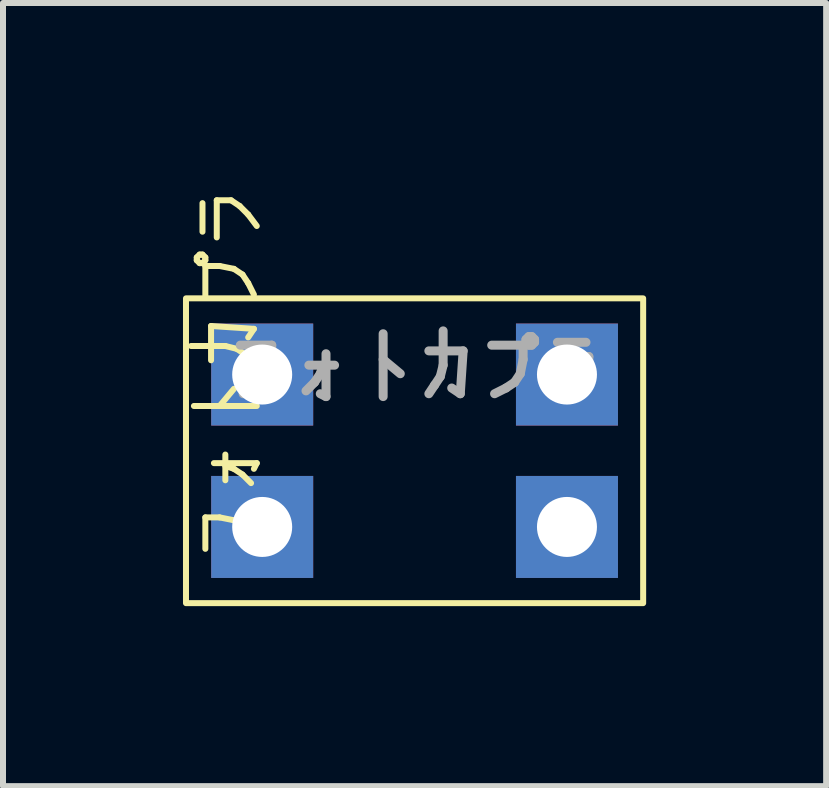
<source format=kicad_pcb>
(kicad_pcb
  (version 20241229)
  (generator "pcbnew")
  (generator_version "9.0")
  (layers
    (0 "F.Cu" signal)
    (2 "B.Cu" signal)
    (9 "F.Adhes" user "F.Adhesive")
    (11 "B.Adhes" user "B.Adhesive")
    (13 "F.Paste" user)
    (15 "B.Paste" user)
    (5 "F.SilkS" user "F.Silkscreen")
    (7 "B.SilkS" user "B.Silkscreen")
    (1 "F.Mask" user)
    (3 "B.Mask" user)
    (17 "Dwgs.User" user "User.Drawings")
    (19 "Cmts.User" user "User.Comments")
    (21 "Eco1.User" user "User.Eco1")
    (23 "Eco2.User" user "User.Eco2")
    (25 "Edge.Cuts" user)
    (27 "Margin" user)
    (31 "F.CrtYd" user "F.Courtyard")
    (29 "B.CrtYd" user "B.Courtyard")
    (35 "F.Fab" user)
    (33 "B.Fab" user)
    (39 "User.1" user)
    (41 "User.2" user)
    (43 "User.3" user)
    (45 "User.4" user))
  (footprint "フォトカプラ"
    (layer "F.Cu")
    (at 3.86 1.923)
    (property "Reference" "フォトカプラ" (at -3.04 1.27 90) (unlocked yes) (layer "F.SilkS") (effects (font (size 1 1) (thickness 0.1))))
    (attr through_hole)
    (fp_rect (start -3.81 5.08) (end 3.81 0) (stroke (width 0.1) (type default)) (fill no) (layer "F.SilkS"))
    (fp_text user "${REFERENCE}" (at 0 1.23 0) (unlocked yes) (layer "F.Fab") (effects (font (size 1 1) (thickness 0.15))))
    (pad "1" thru_hole rect (at -2.54 1.27 90) (size 1.7 1.7) (drill 1) (layers "*.Cu" "*.Mask"))
    (pad "2" thru_hole rect (at -2.54 3.81 90) (size 1.7 1.7) (drill 1) (layers "*.Cu" "*.Mask"))
    (pad "7" thru_hole rect (at 2.54 1.27 90) (size 1.7 1.7) (drill 1) (layers "*.Cu" "*.Mask"))
    (pad "8" thru_hole rect (at 2.54 3.81 90) (size 1.7 1.7) (drill 1) (layers "*.Cu" "*.Mask")))
  (gr_rect
    (start -3 -3)
    (end 10.72 10.053)
    (stroke (width 0.1) (type default))
    (fill no)
    (layer "Edge.Cuts")))
</source>
